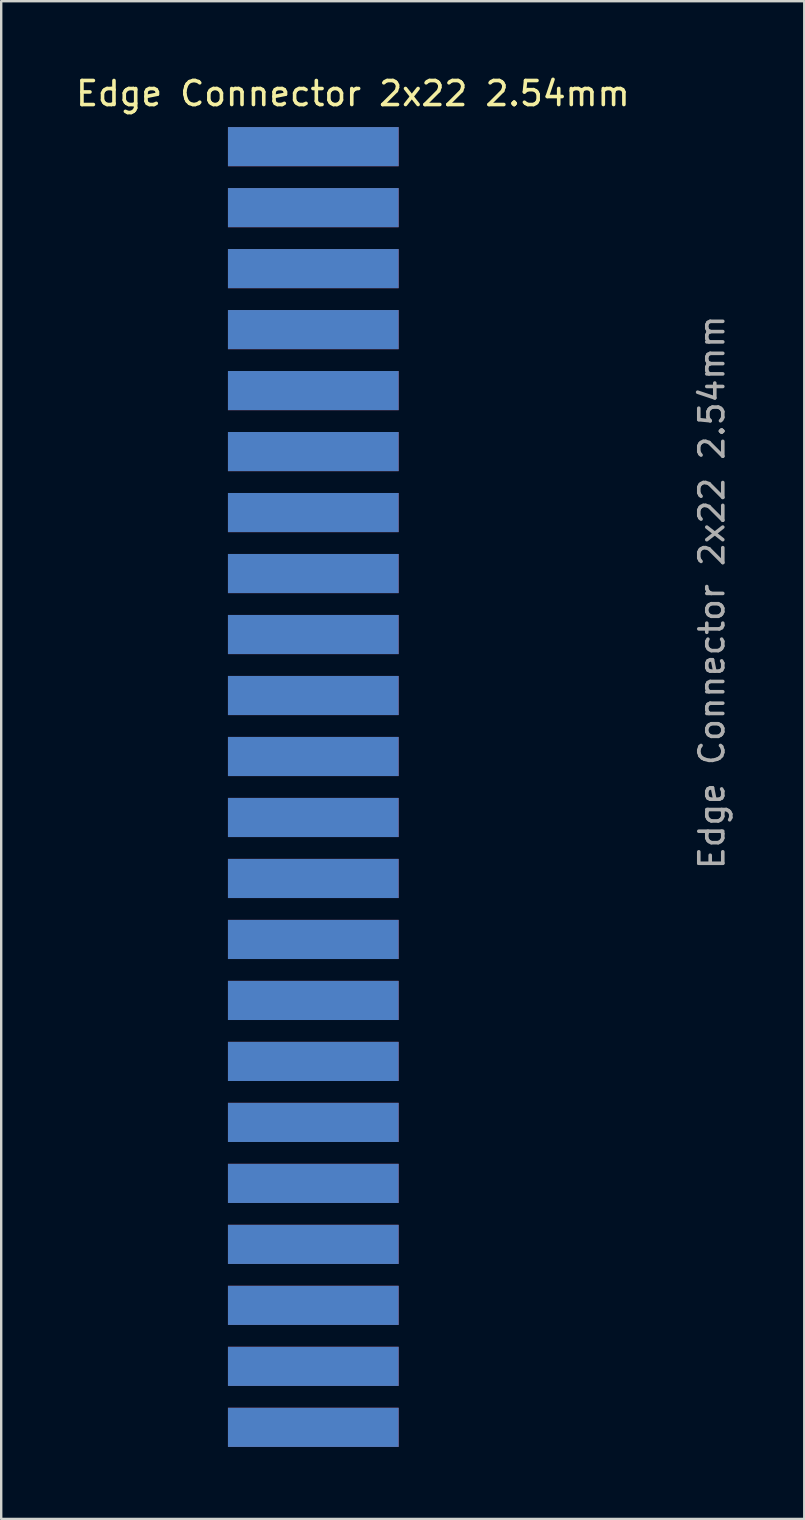
<source format=kicad_pcb>
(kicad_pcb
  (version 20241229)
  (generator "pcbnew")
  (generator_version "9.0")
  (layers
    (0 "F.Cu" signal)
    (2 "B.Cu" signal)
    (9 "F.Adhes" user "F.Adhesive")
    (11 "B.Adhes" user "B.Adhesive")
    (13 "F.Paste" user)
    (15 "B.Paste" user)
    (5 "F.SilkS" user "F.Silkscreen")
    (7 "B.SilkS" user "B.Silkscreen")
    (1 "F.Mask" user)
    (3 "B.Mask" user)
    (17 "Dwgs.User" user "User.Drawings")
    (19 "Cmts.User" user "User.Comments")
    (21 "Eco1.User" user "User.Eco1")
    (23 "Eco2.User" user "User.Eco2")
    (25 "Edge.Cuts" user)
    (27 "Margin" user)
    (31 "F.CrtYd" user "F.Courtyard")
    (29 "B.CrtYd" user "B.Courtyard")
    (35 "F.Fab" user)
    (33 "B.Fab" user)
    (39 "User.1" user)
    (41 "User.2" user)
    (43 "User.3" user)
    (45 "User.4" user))
  (footprint "Edge Connector 2x22 2.54mm"
    (layer "F.Cu")
    (at 10.379 3.178)
    (property "Reference" "Edge Connector 2x22 2.54mm" (at 1.27 -2.33 180) (layer "F.SilkS") (effects (font (size 1 1) (thickness 0.15))))
    (attr through_hole)
    (fp_text user "${REFERENCE}" (at 16.22 18.44 90) (layer "F.Fab") (effects (font (size 1 1) (thickness 0.15))))
    (pad "1" smd rect (at -0.38 53.22 90) (size 1.63 7.11) (layers "F.Cu" "F.Mask"))
    (pad "2" smd rect (at -0.38 50.68 90) (size 1.63 7.11) (layers "F.Cu" "F.Mask"))
    (pad "3" smd rect (at -0.38 48.14 90) (size 1.63 7.11) (layers "F.Cu" "F.Mask"))
    (pad "4" smd rect (at -0.38 45.6 90) (size 1.63 7.11) (layers "F.Cu" "F.Mask"))
    (pad "5" smd rect (at -0.38 43.06 90) (size 1.63 7.11) (layers "F.Cu" "F.Mask"))
    (pad "6" smd rect (at -0.38 40.52 90) (size 1.63 7.11) (layers "F.Cu" "F.Mask"))
    (pad "7" smd rect (at -0.38 37.98 90) (size 1.63 7.11) (layers "F.Cu" "F.Mask"))
    (pad "8" smd rect (at -0.38 35.44 90) (size 1.63 7.11) (layers "F.Cu" "F.Mask"))
    (pad "9" smd rect (at -0.38 32.9 90) (size 1.63 7.11) (layers "F.Cu" "F.Mask"))
    (pad "10" smd rect (at -0.38 30.36 90) (size 1.63 7.11) (layers "F.Cu" "F.Mask"))
    (pad "11" smd rect (at -0.38 27.82 90) (size 1.63 7.11) (layers "F.Cu" "F.Mask"))
    (pad "12" smd rect (at -0.38 25.28 90) (size 1.63 7.11) (layers "F.Cu" "F.Mask"))
    (pad "13" smd rect (at -0.38 22.74 90) (size 1.63 7.11) (layers "F.Cu" "F.Mask"))
    (pad "14" smd rect (at -0.38 20.2 90) (size 1.63 7.11) (layers "F.Cu" "F.Mask"))
    (pad "15" smd rect (at -0.38 17.66 90) (size 1.63 7.11) (layers "F.Cu" "F.Mask"))
    (pad "16" smd rect (at -0.38 15.12 90) (size 1.63 7.11) (layers "F.Cu" "F.Mask"))
    (pad "17" smd rect (at -0.38 12.58 90) (size 1.63 7.11) (layers "F.Cu" "F.Mask"))
    (pad "18" smd rect (at -0.38 10.04 90) (size 1.63 7.11) (layers "F.Cu" "F.Mask"))
    (pad "19" smd rect (at -0.38 7.5 90) (size 1.63 7.11) (layers "F.Cu" "F.Mask"))
    (pad "20" smd rect (at -0.38 4.96 90) (size 1.63 7.11) (layers "F.Cu" "F.Mask"))
    (pad "21" smd rect (at -0.38 2.42 90) (size 1.63 7.11) (layers "F.Cu" "F.Mask"))
    (pad "22" smd rect (at -0.38 -0.12 90) (size 1.63 7.11) (layers "F.Cu" "F.Mask"))
    (pad "A" smd rect (at -0.38 53.22 90) (size 1.63 7.11) (layers "B.Cu" "B.Mask"))
    (pad "B" smd rect (at -0.38 50.68 90) (size 1.63 7.11) (layers "B.Cu" "B.Mask"))
    (pad "C" smd rect (at -0.38 48.14 90) (size 1.63 7.11) (layers "B.Cu" "B.Mask"))
    (pad "D" smd rect (at -0.38 45.6 90) (size 1.63 7.11) (layers "B.Cu" "B.Mask"))
    (pad "E" smd rect (at -0.38 43.06 90) (size 1.63 7.11) (layers "B.Cu" "B.Mask"))
    (pad "F" smd rect (at -0.38 40.52 90) (size 1.63 7.11) (layers "B.Cu" "B.Mask"))
    (pad "H" smd rect (at -0.38 37.98 90) (size 1.63 7.11) (layers "B.Cu" "B.Mask"))
    (pad "J" smd rect (at -0.38 35.44 90) (size 1.63 7.11) (layers "B.Cu" "B.Mask"))
    (pad "K" smd rect (at -0.38 32.9 90) (size 1.63 7.11) (layers "B.Cu" "B.Mask"))
    (pad "L" smd rect (at -0.38 30.36 90) (size 1.63 7.11) (layers "B.Cu" "B.Mask"))
    (pad "M" smd rect (at -0.38 27.82 90) (size 1.63 7.11) (layers "B.Cu" "B.Mask"))
    (pad "N" smd rect (at -0.38 25.28 90) (size 1.63 7.11) (layers "B.Cu" "B.Mask"))
    (pad "P" smd rect (at -0.38 22.74 90) (size 1.63 7.11) (layers "B.Cu" "B.Mask"))
    (pad "R" smd rect (at -0.38 20.2 90) (size 1.63 7.11) (layers "B.Cu" "B.Mask"))
    (pad "S" smd rect (at -0.38 17.66 90) (size 1.63 7.11) (layers "B.Cu" "B.Mask"))
    (pad "T" smd rect (at -0.38 15.12 90) (size 1.63 7.11) (layers "B.Cu" "B.Mask"))
    (pad "U" smd rect (at -0.38 12.58 90) (size 1.63 7.11) (layers "B.Cu" "B.Mask"))
    (pad "V" smd rect (at -0.38 10.04 90) (size 1.63 7.11) (layers "B.Cu" "B.Mask"))
    (pad "W" smd rect (at -0.38 7.5 90) (size 1.63 7.11) (layers "B.Cu" "B.Mask"))
    (pad "X" smd rect (at -0.38 4.96 90) (size 1.63 7.11) (layers "B.Cu" "B.Mask"))
    (pad "Y" smd rect (at -0.38 2.42 90) (size 1.63 7.11) (layers "B.Cu" "B.Mask"))
    (pad "Z" smd rect (at -0.38 -0.12 90) (size 1.63 7.11) (layers "B.Cu" "B.Mask")))
  (gr_rect
    (start -3 -3)
    (end 30.447 60.213)
    (stroke (width 0.1) (type default))
    (fill no)
    (layer "Edge.Cuts")))
</source>
